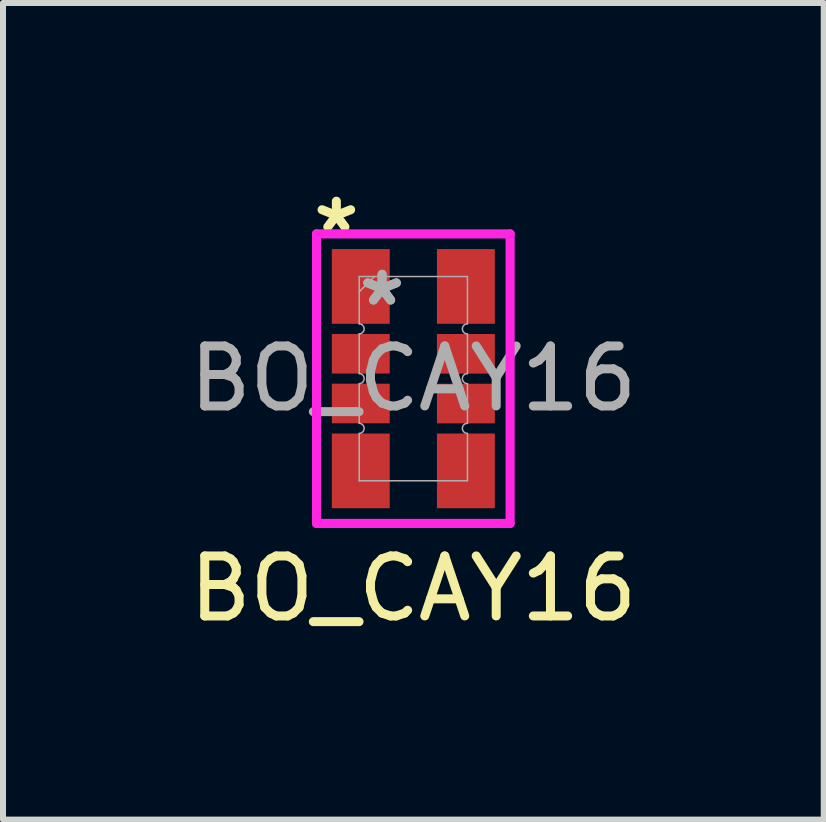
<source format=kicad_pcb>
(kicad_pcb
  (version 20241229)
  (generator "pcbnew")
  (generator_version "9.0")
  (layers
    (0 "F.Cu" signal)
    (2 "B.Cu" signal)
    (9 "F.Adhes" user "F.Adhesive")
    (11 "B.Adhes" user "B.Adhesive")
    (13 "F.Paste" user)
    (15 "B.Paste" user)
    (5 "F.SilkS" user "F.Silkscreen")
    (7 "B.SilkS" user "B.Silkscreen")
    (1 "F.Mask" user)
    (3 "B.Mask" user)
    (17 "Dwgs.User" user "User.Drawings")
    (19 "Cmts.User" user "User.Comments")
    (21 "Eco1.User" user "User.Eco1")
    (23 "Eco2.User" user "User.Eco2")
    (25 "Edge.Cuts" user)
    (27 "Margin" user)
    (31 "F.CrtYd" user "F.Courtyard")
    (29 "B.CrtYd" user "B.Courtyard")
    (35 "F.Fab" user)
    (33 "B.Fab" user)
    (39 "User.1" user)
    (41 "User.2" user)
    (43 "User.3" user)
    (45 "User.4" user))
  (footprint "BO_CAY16"
    (layer "F.Cu")
    (at 3.839 3.261)
    (property "Reference" "BO_CAY16" (at 0 3.5 0) (unlocked yes) (layer "F.SilkS") (effects (font (size 1 1) (thickness 0.15))))
    (attr smd)
    (fp_line (start -1.613 -2.413) (end 1.613 -2.413) (stroke (width 0.152) (type solid)) (layer "F.CrtYd"))
    (fp_line (start -1.613 2.413) (end -1.613 -2.413) (stroke (width 0.152) (type solid)) (layer "F.CrtYd"))
    (fp_line (start 1.613 -2.413) (end 1.613 2.413) (stroke (width 0.152) (type solid)) (layer "F.CrtYd"))
    (fp_line (start 1.613 2.413) (end -1.613 2.413) (stroke (width 0.152) (type solid)) (layer "F.CrtYd"))
    (fp_line (start -0.902 -1.702) (end 0.902 -1.702) (stroke (width 0.025) (type solid)) (layer "F.Fab"))
    (fp_line (start -0.902 -0.914) (end -0.902 -1.702) (stroke (width 0.025) (type solid)) (layer "F.Fab"))
    (fp_line (start -0.902 -0.745) (end -0.902 -0.085) (stroke (width 0.025) (type solid)) (layer "F.Fab"))
    (fp_line (start -0.902 0.084) (end -0.902 0.744) (stroke (width 0.025) (type solid)) (layer "F.Fab"))
    (fp_line (start -0.902 0.914) (end -0.902 1.702) (stroke (width 0.025) (type solid)) (layer "F.Fab"))
    (fp_line (start -0.902 1.702) (end 0.902 1.702) (stroke (width 0.025) (type solid)) (layer "F.Fab"))
    (fp_line (start -0.648 -1.702) (end -0.902 -1.448) (stroke (width 0.025) (type solid)) (layer "F.Fab"))
    (fp_line (start 0.902 -0.914) (end 0.902 -1.702) (stroke (width 0.025) (type solid)) (layer "F.Fab"))
    (fp_line (start 0.902 -0.745) (end 0.902 -0.085) (stroke (width 0.025) (type solid)) (layer "F.Fab"))
    (fp_line (start 0.902 0.084) (end 0.902 0.744) (stroke (width 0.025) (type solid)) (layer "F.Fab"))
    (fp_line (start 0.902 0.914) (end 0.902 1.702) (stroke (width 0.025) (type solid)) (layer "F.Fab"))
    (fp_arc (start -0.9017 -0.9144) (mid -0.817245 -0.829945) (end -0.9017 -0.74549) (stroke (width 0.0254) (type solid)) (layer "F.Fab"))
    (fp_arc (start -0.9017 -0.08509) (mid -0.817245 -0.000635) (end -0.9017 0.08382) (stroke (width 0.0254) (type solid)) (layer "F.Fab"))
    (fp_arc (start -0.9017 0.74422) (mid -0.817245 0.828675) (end -0.9017 0.91313) (stroke (width 0.0254) (type solid)) (layer "F.Fab"))
    (fp_arc (start 0.9017 -0.74549) (mid 0.817245 -0.829945) (end 0.9017 -0.9144) (stroke (width 0.0254) (type solid)) (layer "F.Fab"))
    (fp_arc (start 0.9017 0.08382) (mid 0.817245 -0.000635) (end 0.9017 -0.08509) (stroke (width 0.0254) (type solid)) (layer "F.Fab"))
    (fp_arc (start 0.9017 0.91313) (mid 0.817245 0.828675) (end 0.9017 0.74422) (stroke (width 0.0254) (type solid)) (layer "F.Fab"))
    (fp_text user "*" (at -1.283 -2.413 0) (unlocked yes) (layer "F.SilkS") (effects (font (size 1 1) (thickness 0.15))))
    (fp_text user "*" (at -0.521 -1.194 0) (layer "F.Fab") (effects (font (size 1 1) (thickness 0.15))))
    (fp_text user "${REFERENCE}" (at 0 0 0) (unlocked yes) (layer "F.Fab") (effects (font (size 1 1) (thickness 0.15))))
    (fp_text user "*" (at -0.521 -1.194 0) (unlocked yes) (layer "F.Fab") (effects (font (size 1 1) (thickness 0.15))))
    (pad "1" smd rect (at -0.876 -1.537) (size 0.965 1.245) (layers "F.Cu" "F.Mask" "F.Paste"))
    (pad "2" smd rect (at -0.876 -0.415) (size 0.965 0.66) (layers "F.Cu" "F.Mask" "F.Paste"))
    (pad "3" smd rect (at -0.876 0.414) (size 0.965 0.66) (layers "F.Cu" "F.Mask" "F.Paste"))
    (pad "4" smd rect (at -0.876 1.537) (size 0.965 1.245) (layers "F.Cu" "F.Mask" "F.Paste"))
    (pad "5" smd rect (at 0.876 1.537) (size 0.965 1.245) (layers "F.Cu" "F.Mask" "F.Paste"))
    (pad "6" smd rect (at 0.876 0.415) (size 0.965 0.66) (layers "F.Cu" "F.Mask" "F.Paste"))
    (pad "7" smd rect (at 0.876 -0.414) (size 0.965 0.66) (layers "F.Cu" "F.Mask" "F.Paste"))
    (pad "8" smd rect (at 0.876 -1.537) (size 0.965 1.245) (layers "F.Cu" "F.Mask" "F.Paste")))
  (gr_rect
    (start -3 -3)
    (end 10.679 10.61)
    (stroke (width 0.1) (type default))
    (fill no)
    (layer "Edge.Cuts")))
</source>
